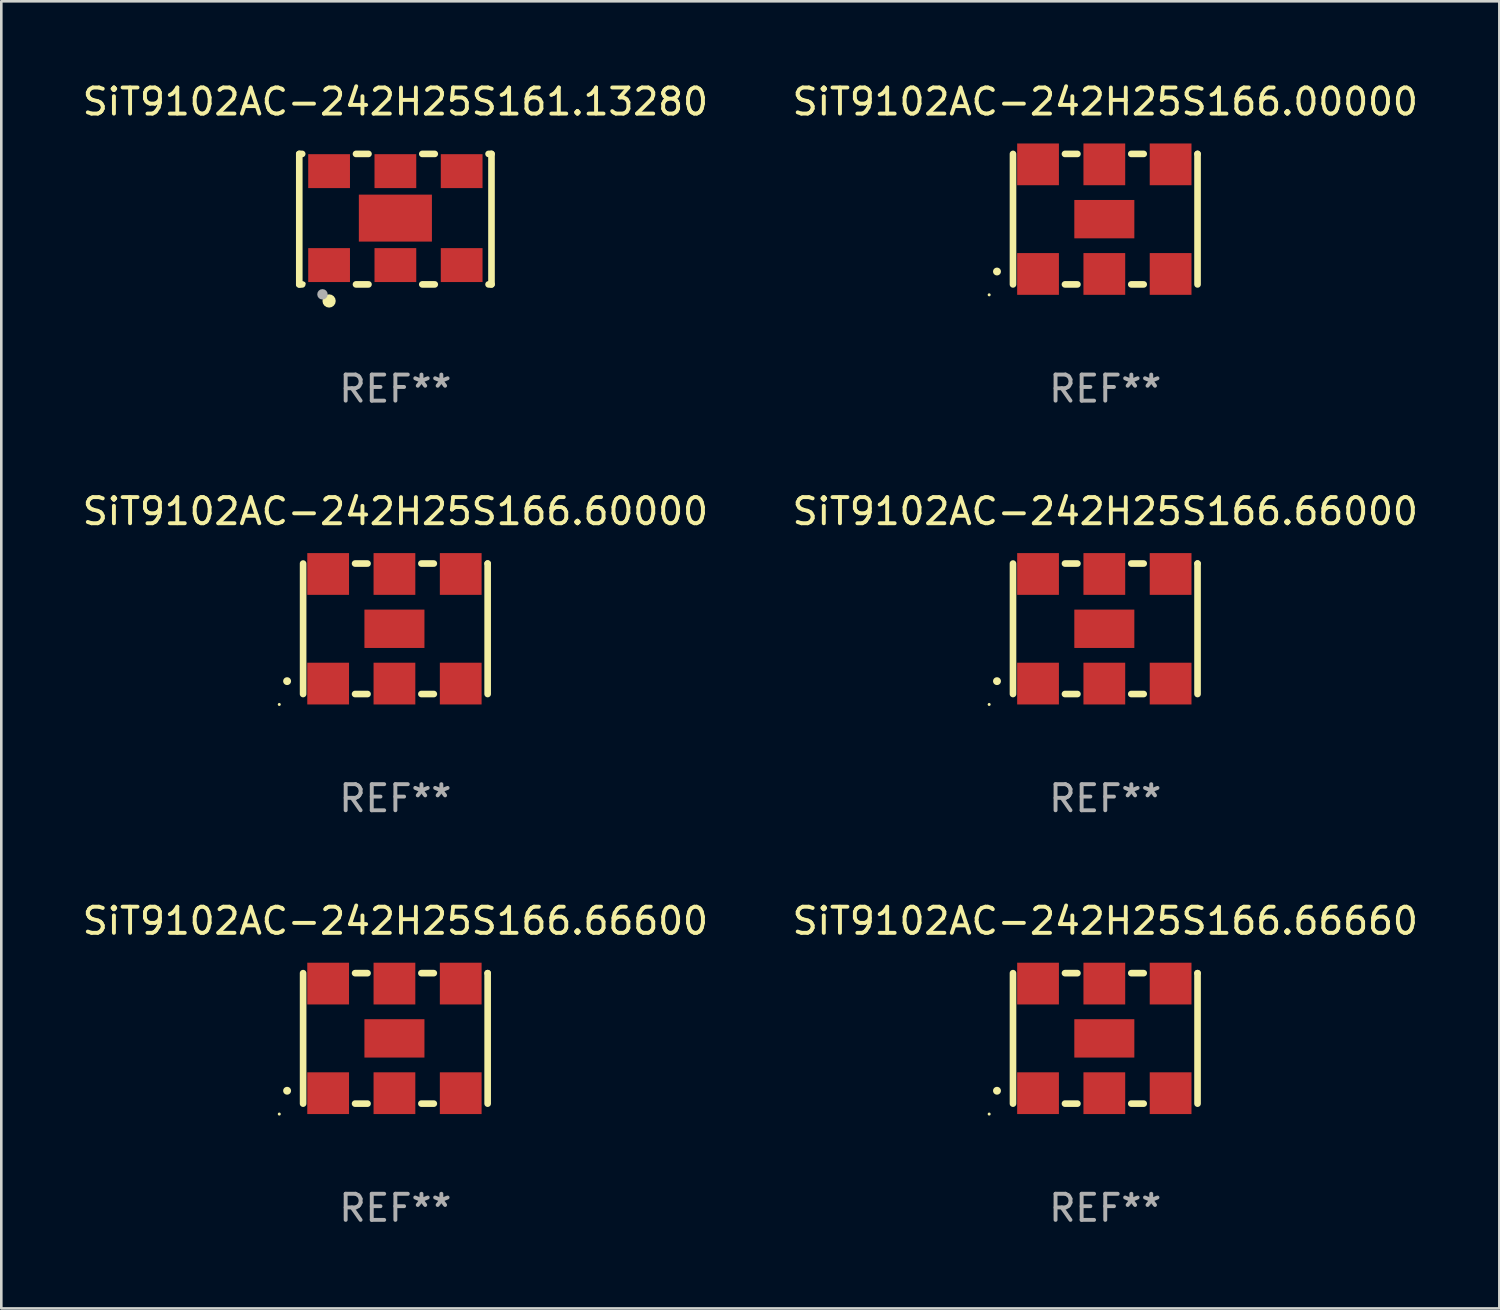
<source format=kicad_pcb>
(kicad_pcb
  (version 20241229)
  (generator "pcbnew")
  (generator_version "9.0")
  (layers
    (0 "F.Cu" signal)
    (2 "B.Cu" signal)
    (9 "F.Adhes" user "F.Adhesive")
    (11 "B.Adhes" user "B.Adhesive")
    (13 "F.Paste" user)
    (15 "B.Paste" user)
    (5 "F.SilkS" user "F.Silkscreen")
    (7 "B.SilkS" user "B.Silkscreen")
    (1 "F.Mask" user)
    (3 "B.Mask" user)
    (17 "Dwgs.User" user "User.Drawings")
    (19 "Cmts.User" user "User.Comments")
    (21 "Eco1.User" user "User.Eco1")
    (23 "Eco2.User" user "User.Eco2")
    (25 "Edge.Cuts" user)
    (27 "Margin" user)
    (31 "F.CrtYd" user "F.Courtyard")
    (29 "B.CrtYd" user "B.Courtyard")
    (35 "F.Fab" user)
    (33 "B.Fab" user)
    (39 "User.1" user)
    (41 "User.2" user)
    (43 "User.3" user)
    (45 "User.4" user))
  (footprint "SiT9102AC-242H25S166.66600"
    (layer "F.Cu")
    (at 12.101 36.741)
    (property "Reference" "SiT9102AC-242H25S166.66600" (at 0 -4.5 0) (layer "F.SilkS") (effects (font (size 1 1) (thickness 0.15))))
    (attr through_hole)
    (fp_line (start -3.536 -2.5) (end -3.536 2.5) (stroke (width 0.254) (type solid)) (layer "F.SilkS"))
    (fp_line (start -1.544 2.5) (end -1.067 2.5) (stroke (width 0.254) (type solid)) (layer "F.SilkS"))
    (fp_line (start -1.067 -2.5) (end -1.544 -2.5) (stroke (width 0.254) (type solid)) (layer "F.SilkS"))
    (fp_line (start 0.996 2.5) (end 1.473 2.5) (stroke (width 0.254) (type solid)) (layer "F.SilkS"))
    (fp_line (start 1.473 -2.5) (end 0.996 -2.5) (stroke (width 0.254) (type solid)) (layer "F.SilkS"))
    (fp_line (start 3.536 -2.5) (end 3.536 -2.5) (stroke (width 0.254) (type solid)) (layer "F.SilkS"))
    (fp_line (start 3.536 2.5) (end 3.536 -2.5) (stroke (width 0.254) (type solid)) (layer "F.SilkS"))
    (fp_arc (start -4.150432 2.006604) (mid -4.149162 2.006599) (end -4.147892 2.006604) (stroke (width 0.3) (type solid)) (layer "F.SilkS"))
    (fp_circle (center -4.449 2.9) (end -4.419 2.9) (stroke (width 0.06) (type solid)) (fill no) (layer "F.SilkS"))
    (fp_text user "REF**" (at 0 6.5 0) (layer "F.Fab") (effects (font (size 1 1) (thickness 0.15))))
    (pad "1" smd rect (at -2.576 2.1) (size 1.6 1.6) (layers "F.Cu" "F.Mask" "F.Paste"))
    (pad "2" smd rect (at -0.036 2.1) (size 1.6 1.6) (layers "F.Cu" "F.Mask" "F.Paste"))
    (pad "3" smd rect (at 2.504 2.1) (size 1.6 1.6) (layers "F.Cu" "F.Mask" "F.Paste"))
    (pad "4" smd rect (at 2.504 -2.1) (size 1.6 1.6) (layers "F.Cu" "F.Mask" "F.Paste"))
    (pad "5" smd rect (at -0.036 -2.1) (size 1.6 1.6) (layers "F.Cu" "F.Mask" "F.Paste"))
    (pad "6" smd rect (at -2.576 -2.1) (size 1.6 1.6) (layers "F.Cu" "F.Mask" "F.Paste"))
    (pad "7" smd rect (at -0.036 0) (size 2.3 1.47) (layers "F.Cu" "F.Mask" "F.Paste")))
  (footprint "SiT9102AC-242H25S166.00000"
    (layer "F.Cu")
    (at 39.304 5.348)
    (property "Reference" "SiT9102AC-242H25S166.00000" (at 0 -4.5 0) (layer "F.SilkS") (effects (font (size 1 1) (thickness 0.15))))
    (attr through_hole)
    (fp_line (start -3.536 -2.5) (end -3.536 2.5) (stroke (width 0.254) (type solid)) (layer "F.SilkS"))
    (fp_line (start -1.544 2.5) (end -1.067 2.5) (stroke (width 0.254) (type solid)) (layer "F.SilkS"))
    (fp_line (start -1.067 -2.5) (end -1.544 -2.5) (stroke (width 0.254) (type solid)) (layer "F.SilkS"))
    (fp_line (start 0.996 2.5) (end 1.473 2.5) (stroke (width 0.254) (type solid)) (layer "F.SilkS"))
    (fp_line (start 1.473 -2.5) (end 0.996 -2.5) (stroke (width 0.254) (type solid)) (layer "F.SilkS"))
    (fp_line (start 3.536 -2.5) (end 3.536 -2.5) (stroke (width 0.254) (type solid)) (layer "F.SilkS"))
    (fp_line (start 3.536 2.5) (end 3.536 -2.5) (stroke (width 0.254) (type solid)) (layer "F.SilkS"))
    (fp_arc (start -4.150432 2.006604) (mid -4.149162 2.006599) (end -4.147892 2.006604) (stroke (width 0.3) (type solid)) (layer "F.SilkS"))
    (fp_circle (center -4.449 2.9) (end -4.419 2.9) (stroke (width 0.06) (type solid)) (fill no) (layer "F.SilkS"))
    (fp_text user "REF**" (at 0 6.5 0) (layer "F.Fab") (effects (font (size 1 1) (thickness 0.15))))
    (pad "1" smd rect (at -2.576 2.1) (size 1.6 1.6) (layers "F.Cu" "F.Mask" "F.Paste"))
    (pad "2" smd rect (at -0.036 2.1) (size 1.6 1.6) (layers "F.Cu" "F.Mask" "F.Paste"))
    (pad "3" smd rect (at 2.504 2.1) (size 1.6 1.6) (layers "F.Cu" "F.Mask" "F.Paste"))
    (pad "4" smd rect (at 2.504 -2.1) (size 1.6 1.6) (layers "F.Cu" "F.Mask" "F.Paste"))
    (pad "5" smd rect (at -0.036 -2.1) (size 1.6 1.6) (layers "F.Cu" "F.Mask" "F.Paste"))
    (pad "6" smd rect (at -2.576 -2.1) (size 1.6 1.6) (layers "F.Cu" "F.Mask" "F.Paste"))
    (pad "7" smd rect (at -0.036 0) (size 2.3 1.47) (layers "F.Cu" "F.Mask" "F.Paste")))
  (footprint "SiT9102AC-242H25S166.66660"
    (layer "F.Cu")
    (at 39.304 36.741)
    (property "Reference" "SiT9102AC-242H25S166.66660" (at 0 -4.5 0) (layer "F.SilkS") (effects (font (size 1 1) (thickness 0.15))))
    (attr through_hole)
    (fp_line (start -3.536 -2.5) (end -3.536 2.5) (stroke (width 0.254) (type solid)) (layer "F.SilkS"))
    (fp_line (start -1.544 2.5) (end -1.067 2.5) (stroke (width 0.254) (type solid)) (layer "F.SilkS"))
    (fp_line (start -1.067 -2.5) (end -1.544 -2.5) (stroke (width 0.254) (type solid)) (layer "F.SilkS"))
    (fp_line (start 0.996 2.5) (end 1.473 2.5) (stroke (width 0.254) (type solid)) (layer "F.SilkS"))
    (fp_line (start 1.473 -2.5) (end 0.996 -2.5) (stroke (width 0.254) (type solid)) (layer "F.SilkS"))
    (fp_line (start 3.536 -2.5) (end 3.536 -2.5) (stroke (width 0.254) (type solid)) (layer "F.SilkS"))
    (fp_line (start 3.536 2.5) (end 3.536 -2.5) (stroke (width 0.254) (type solid)) (layer "F.SilkS"))
    (fp_arc (start -4.150432 2.006604) (mid -4.149162 2.006599) (end -4.147892 2.006604) (stroke (width 0.3) (type solid)) (layer "F.SilkS"))
    (fp_circle (center -4.449 2.9) (end -4.419 2.9) (stroke (width 0.06) (type solid)) (fill no) (layer "F.SilkS"))
    (fp_text user "REF**" (at 0 6.5 0) (layer "F.Fab") (effects (font (size 1 1) (thickness 0.15))))
    (pad "1" smd rect (at -2.576 2.1) (size 1.6 1.6) (layers "F.Cu" "F.Mask" "F.Paste"))
    (pad "2" smd rect (at -0.036 2.1) (size 1.6 1.6) (layers "F.Cu" "F.Mask" "F.Paste"))
    (pad "3" smd rect (at 2.504 2.1) (size 1.6 1.6) (layers "F.Cu" "F.Mask" "F.Paste"))
    (pad "4" smd rect (at 2.504 -2.1) (size 1.6 1.6) (layers "F.Cu" "F.Mask" "F.Paste"))
    (pad "5" smd rect (at -0.036 -2.1) (size 1.6 1.6) (layers "F.Cu" "F.Mask" "F.Paste"))
    (pad "6" smd rect (at -2.576 -2.1) (size 1.6 1.6) (layers "F.Cu" "F.Mask" "F.Paste"))
    (pad "7" smd rect (at -0.036 0) (size 2.3 1.47) (layers "F.Cu" "F.Mask" "F.Paste")))
  (footprint "SiT9102AC-242H25S161.13280"
    (layer "F.Cu")
    (at 12.101 5.348)
    (property "Reference" "SiT9102AC-242H25S161.13280" (at 0 -4.5 0) (layer "F.SilkS") (effects (font (size 1 1) (thickness 0.15))))
    (attr through_hole)
    (fp_line (start -3.683 -2.5) (end -3.571 -2.5) (stroke (width 0.254) (type solid)) (layer "F.SilkS"))
    (fp_line (start -3.683 2.5) (end -3.683 -2.5) (stroke (width 0.254) (type solid)) (layer "F.SilkS"))
    (fp_line (start -3.683 2.5) (end -3.571 2.5) (stroke (width 0.254) (type solid)) (layer "F.SilkS"))
    (fp_line (start -1.509 -2.5) (end -1.031 -2.5) (stroke (width 0.254) (type solid)) (layer "F.SilkS"))
    (fp_line (start -1.509 2.5) (end -1.031 2.5) (stroke (width 0.254) (type solid)) (layer "F.SilkS"))
    (fp_line (start 1.031 -2.5) (end 1.509 -2.5) (stroke (width 0.254) (type solid)) (layer "F.SilkS"))
    (fp_line (start 1.031 2.5) (end 1.509 2.5) (stroke (width 0.254) (type solid)) (layer "F.SilkS"))
    (fp_line (start 3.571 -2.5) (end 3.683 -2.5) (stroke (width 0.254) (type solid)) (layer "F.SilkS"))
    (fp_line (start 3.571 2.5) (end 3.683 2.5) (stroke (width 0.254) (type solid)) (layer "F.SilkS"))
    (fp_line (start 3.683 2.5) (end 3.683 -2.5) (stroke (width 0.254) (type solid)) (layer "F.SilkS"))
    (fp_circle (center -3.5 2.46) (end -3.47 2.46) (stroke (width 0.06) (type solid)) (fill no) (layer "F.SilkS"))
    (fp_circle (center -2.54 3.135) (end -2.413 3.135) (stroke (width 0.254) (type solid)) (fill no) (layer "F.SilkS"))
    (fp_circle (center -2.794 2.881) (end -2.694 2.881) (stroke (width 0.2) (type solid)) (fill no) (layer "F.Fab"))
    (fp_text user "REF**" (at 0 6.5 0) (layer "F.Fab") (effects (font (size 1 1) (thickness 0.15))))
    (pad "1" smd rect (at -2.54 1.76) (size 1.6 1.3) (layers "F.Cu" "F.Mask" "F.Paste"))
    (pad "2" smd rect (at 0 1.76) (size 1.6 1.3) (layers "F.Cu" "F.Mask" "F.Paste"))
    (pad "3" smd rect (at 2.54 1.76) (size 1.6 1.3) (layers "F.Cu" "F.Mask" "F.Paste"))
    (pad "4" smd rect (at 2.54 -1.84) (size 1.6 1.3) (layers "F.Cu" "F.Mask" "F.Paste"))
    (pad "5" smd rect (at 0 -1.84) (size 1.6 1.3) (layers "F.Cu" "F.Mask" "F.Paste"))
    (pad "6" smd rect (at -2.54 -1.84) (size 1.6 1.3) (layers "F.Cu" "F.Mask" "F.Paste"))
    (pad "7" smd rect (at 0 -0.04) (size 2.8 1.8) (layers "F.Cu" "F.Mask" "F.Paste")))
  (footprint "SiT9102AC-242H25S166.60000"
    (layer "F.Cu")
    (at 12.101 21.045)
    (property "Reference" "SiT9102AC-242H25S166.60000" (at 0 -4.5 0) (layer "F.SilkS") (effects (font (size 1 1) (thickness 0.15))))
    (attr through_hole)
    (fp_line (start -3.536 -2.5) (end -3.536 2.5) (stroke (width 0.254) (type solid)) (layer "F.SilkS"))
    (fp_line (start -1.544 2.5) (end -1.067 2.5) (stroke (width 0.254) (type solid)) (layer "F.SilkS"))
    (fp_line (start -1.067 -2.5) (end -1.544 -2.5) (stroke (width 0.254) (type solid)) (layer "F.SilkS"))
    (fp_line (start 0.996 2.5) (end 1.473 2.5) (stroke (width 0.254) (type solid)) (layer "F.SilkS"))
    (fp_line (start 1.473 -2.5) (end 0.996 -2.5) (stroke (width 0.254) (type solid)) (layer "F.SilkS"))
    (fp_line (start 3.536 -2.5) (end 3.536 -2.5) (stroke (width 0.254) (type solid)) (layer "F.SilkS"))
    (fp_line (start 3.536 2.5) (end 3.536 -2.5) (stroke (width 0.254) (type solid)) (layer "F.SilkS"))
    (fp_arc (start -4.150432 2.006604) (mid -4.149162 2.006599) (end -4.147892 2.006604) (stroke (width 0.3) (type solid)) (layer "F.SilkS"))
    (fp_circle (center -4.449 2.9) (end -4.419 2.9) (stroke (width 0.06) (type solid)) (fill no) (layer "F.SilkS"))
    (fp_text user "REF**" (at 0 6.5 0) (layer "F.Fab") (effects (font (size 1 1) (thickness 0.15))))
    (pad "1" smd rect (at -2.576 2.1) (size 1.6 1.6) (layers "F.Cu" "F.Mask" "F.Paste"))
    (pad "2" smd rect (at -0.036 2.1) (size 1.6 1.6) (layers "F.Cu" "F.Mask" "F.Paste"))
    (pad "3" smd rect (at 2.504 2.1) (size 1.6 1.6) (layers "F.Cu" "F.Mask" "F.Paste"))
    (pad "4" smd rect (at 2.504 -2.1) (size 1.6 1.6) (layers "F.Cu" "F.Mask" "F.Paste"))
    (pad "5" smd rect (at -0.036 -2.1) (size 1.6 1.6) (layers "F.Cu" "F.Mask" "F.Paste"))
    (pad "6" smd rect (at -2.576 -2.1) (size 1.6 1.6) (layers "F.Cu" "F.Mask" "F.Paste"))
    (pad "7" smd rect (at -0.036 0) (size 2.3 1.47) (layers "F.Cu" "F.Mask" "F.Paste")))
  (footprint "SiT9102AC-242H25S166.66000"
    (layer "F.Cu")
    (at 39.304 21.045)
    (property "Reference" "SiT9102AC-242H25S166.66000" (at 0 -4.5 0) (layer "F.SilkS") (effects (font (size 1 1) (thickness 0.15))))
    (attr through_hole)
    (fp_line (start -3.536 -2.5) (end -3.536 2.5) (stroke (width 0.254) (type solid)) (layer "F.SilkS"))
    (fp_line (start -1.544 2.5) (end -1.067 2.5) (stroke (width 0.254) (type solid)) (layer "F.SilkS"))
    (fp_line (start -1.067 -2.5) (end -1.544 -2.5) (stroke (width 0.254) (type solid)) (layer "F.SilkS"))
    (fp_line (start 0.996 2.5) (end 1.473 2.5) (stroke (width 0.254) (type solid)) (layer "F.SilkS"))
    (fp_line (start 1.473 -2.5) (end 0.996 -2.5) (stroke (width 0.254) (type solid)) (layer "F.SilkS"))
    (fp_line (start 3.536 -2.5) (end 3.536 -2.5) (stroke (width 0.254) (type solid)) (layer "F.SilkS"))
    (fp_line (start 3.536 2.5) (end 3.536 -2.5) (stroke (width 0.254) (type solid)) (layer "F.SilkS"))
    (fp_arc (start -4.150432 2.006604) (mid -4.149162 2.006599) (end -4.147892 2.006604) (stroke (width 0.3) (type solid)) (layer "F.SilkS"))
    (fp_circle (center -4.449 2.9) (end -4.419 2.9) (stroke (width 0.06) (type solid)) (fill no) (layer "F.SilkS"))
    (fp_text user "REF**" (at 0 6.5 0) (layer "F.Fab") (effects (font (size 1 1) (thickness 0.15))))
    (pad "1" smd rect (at -2.576 2.1) (size 1.6 1.6) (layers "F.Cu" "F.Mask" "F.Paste"))
    (pad "2" smd rect (at -0.036 2.1) (size 1.6 1.6) (layers "F.Cu" "F.Mask" "F.Paste"))
    (pad "3" smd rect (at 2.504 2.1) (size 1.6 1.6) (layers "F.Cu" "F.Mask" "F.Paste"))
    (pad "4" smd rect (at 2.504 -2.1) (size 1.6 1.6) (layers "F.Cu" "F.Mask" "F.Paste"))
    (pad "5" smd rect (at -0.036 -2.1) (size 1.6 1.6) (layers "F.Cu" "F.Mask" "F.Paste"))
    (pad "6" smd rect (at -2.576 -2.1) (size 1.6 1.6) (layers "F.Cu" "F.Mask" "F.Paste"))
    (pad "7" smd rect (at -0.036 0) (size 2.3 1.47) (layers "F.Cu" "F.Mask" "F.Paste")))
  (gr_rect
    (start -3 -3)
    (end 54.405 47.09)
    (stroke (width 0.1) (type default))
    (fill no)
    (layer "Edge.Cuts")))
</source>
